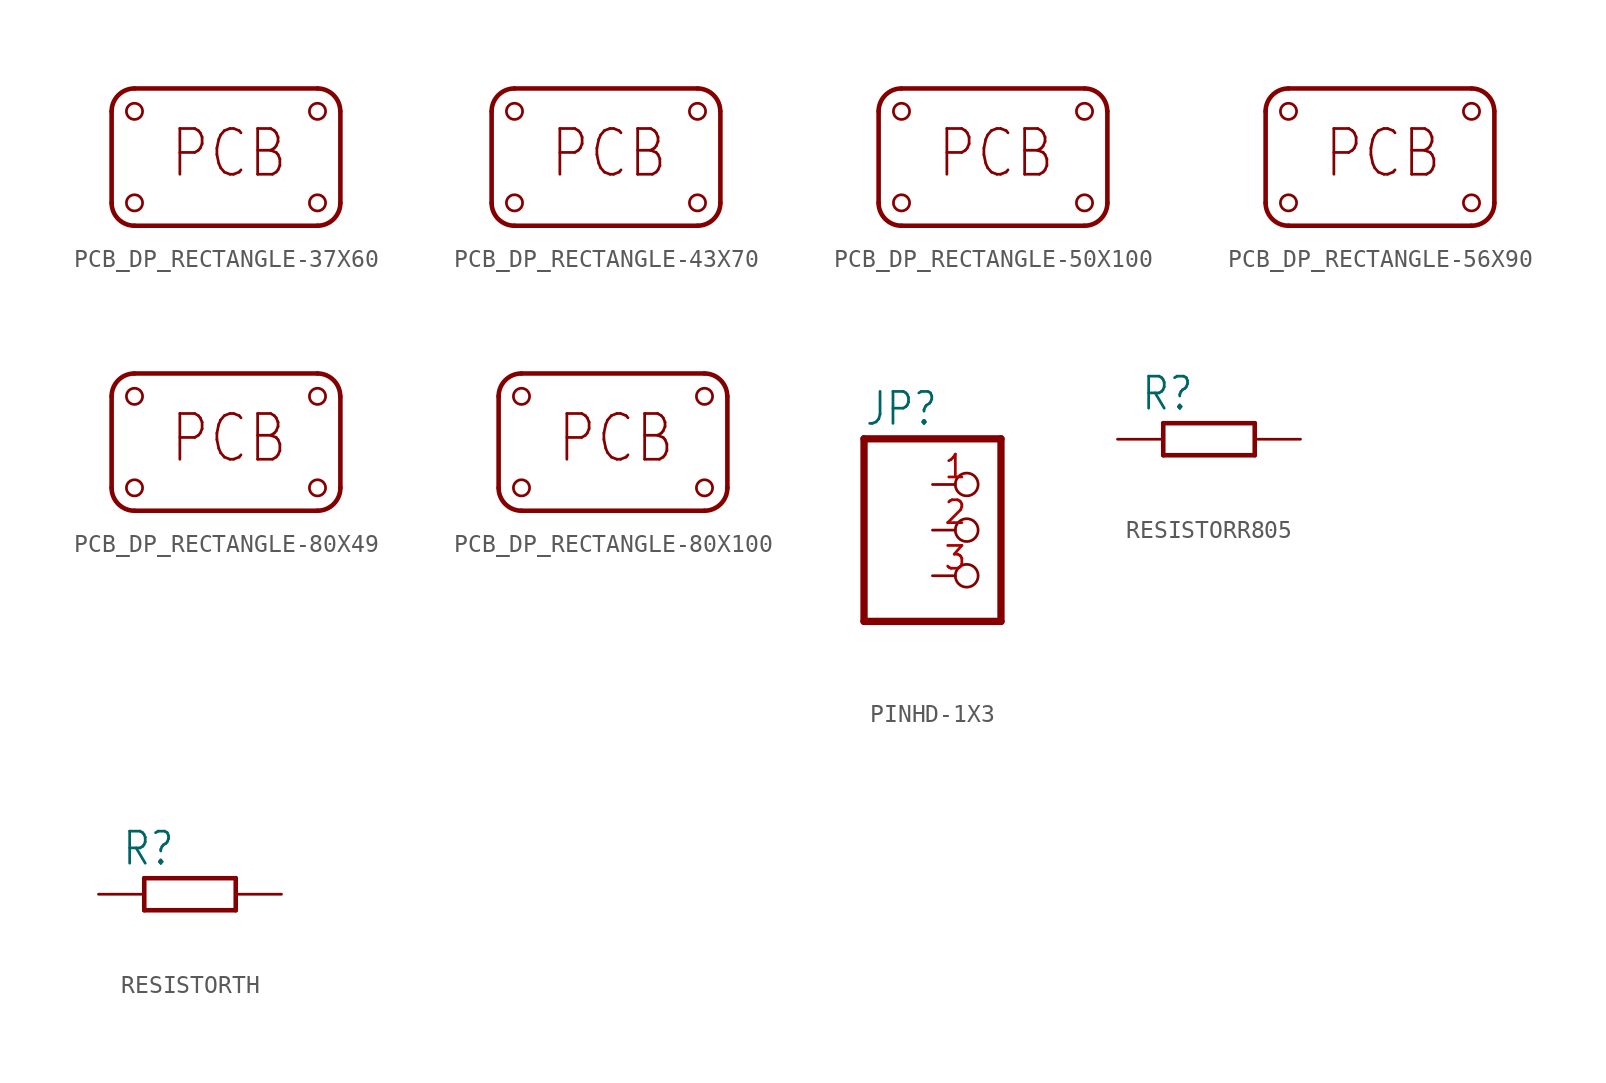
<source format=kicad_sym>
(kicad_symbol_lib
  (version 20220914)
  (generator kicad_symbol_editor)
  (symbol "PCB_DP_RECTANGLE-37X60"
    (property "Reference" "PCB"
      (at 0 0 0)
      (effects (font (size 1.27 1.27)) hide))
    (property "ki_locked" ""
      (at 0 0 0)
      (effects (font (size 1.27 1.27))))
    (symbol "PCB_DP_RECTANGLE-37X60_1_0"
      (arc (start -6.35 -2.54) (mid -5.978 -3.438) (end -5.08 -3.81) (stroke (width 0.254) (type solid)) (fill (type none)))
      (circle (center -5.08 -2.54) (radius 0.449) (stroke (width 0.152) (type solid)) (fill (type none)))
      (circle (center -5.08 2.54) (radius 0.449) (stroke (width 0.152) (type solid)) (fill (type none)))
      (arc (start -5.08 3.81) (mid -5.978 3.438) (end -6.35 2.54) (stroke (width 0.254) (type solid)) (fill (type none)))
      (polyline (pts (xy -6.35 2.54) (xy -6.35 -2.54)) (stroke (width 0.254) (type solid)) (fill (type none)))
      (polyline (pts (xy -5.08 -3.81) (xy 5.08 -3.81)) (stroke (width 0.254) (type solid)) (fill (type none)))
      (polyline (pts (xy 5.08 3.81) (xy -5.08 3.81)) (stroke (width 0.254) (type solid)) (fill (type none)))
      (polyline (pts (xy 6.35 -2.54) (xy 6.35 2.54)) (stroke (width 0.254) (type solid)) (fill (type none)))
      (arc (start 5.08 -3.81) (mid 5.978 -3.438) (end 6.35 -2.54) (stroke (width 0.254) (type solid)) (fill (type none)))
      (circle (center 5.08 -2.54) (radius 0.449) (stroke (width 0.152) (type solid)) (fill (type none)))
      (circle (center 5.08 2.54) (radius 0.449) (stroke (width 0.152) (type solid)) (fill (type none)))
      (arc (start 6.35 2.54) (mid 5.978 3.438) (end 5.08 3.81) (stroke (width 0.254) (type solid)) (fill (type none)))
      (text "PCB" (at -3.175 -1.27 0) (effects (font (size 2.54 2.159)) (justify left bottom)))))
  (symbol "PCB_DP_RECTANGLE-43X70"
    (property "Reference" "PCB"
      (at 0 0 0)
      (effects (font (size 1.27 1.27)) hide))
    (property "ki_locked" ""
      (at 0 0 0)
      (effects (font (size 1.27 1.27))))
    (symbol "PCB_DP_RECTANGLE-43X70_1_0"
      (arc (start -6.35 -2.54) (mid -5.978 -3.438) (end -5.08 -3.81) (stroke (width 0.254) (type solid)) (fill (type none)))
      (circle (center -5.08 -2.54) (radius 0.449) (stroke (width 0.152) (type solid)) (fill (type none)))
      (circle (center -5.08 2.54) (radius 0.449) (stroke (width 0.152) (type solid)) (fill (type none)))
      (arc (start -5.08 3.81) (mid -5.978 3.438) (end -6.35 2.54) (stroke (width 0.254) (type solid)) (fill (type none)))
      (polyline (pts (xy -6.35 2.54) (xy -6.35 -2.54)) (stroke (width 0.254) (type solid)) (fill (type none)))
      (polyline (pts (xy -5.08 -3.81) (xy 5.08 -3.81)) (stroke (width 0.254) (type solid)) (fill (type none)))
      (polyline (pts (xy 5.08 3.81) (xy -5.08 3.81)) (stroke (width 0.254) (type solid)) (fill (type none)))
      (polyline (pts (xy 6.35 -2.54) (xy 6.35 2.54)) (stroke (width 0.254) (type solid)) (fill (type none)))
      (arc (start 5.08 -3.81) (mid 5.978 -3.438) (end 6.35 -2.54) (stroke (width 0.254) (type solid)) (fill (type none)))
      (circle (center 5.08 -2.54) (radius 0.449) (stroke (width 0.152) (type solid)) (fill (type none)))
      (circle (center 5.08 2.54) (radius 0.449) (stroke (width 0.152) (type solid)) (fill (type none)))
      (arc (start 6.35 2.54) (mid 5.978 3.438) (end 5.08 3.81) (stroke (width 0.254) (type solid)) (fill (type none)))
      (text "PCB" (at -3.175 -1.27 0) (effects (font (size 2.54 2.159)) (justify left bottom)))))
  (symbol "PCB_DP_RECTANGLE-50X100"
    (property "Reference" "PCB"
      (at 0 0 0)
      (effects (font (size 1.27 1.27)) hide))
    (property "ki_locked" ""
      (at 0 0 0)
      (effects (font (size 1.27 1.27))))
    (symbol "PCB_DP_RECTANGLE-50X100_1_0"
      (arc (start -6.35 -2.54) (mid -5.978 -3.438) (end -5.08 -3.81) (stroke (width 0.254) (type solid)) (fill (type none)))
      (circle (center -5.08 -2.54) (radius 0.449) (stroke (width 0.152) (type solid)) (fill (type none)))
      (circle (center -5.08 2.54) (radius 0.449) (stroke (width 0.152) (type solid)) (fill (type none)))
      (arc (start -5.08 3.81) (mid -5.978 3.438) (end -6.35 2.54) (stroke (width 0.254) (type solid)) (fill (type none)))
      (polyline (pts (xy -6.35 2.54) (xy -6.35 -2.54)) (stroke (width 0.254) (type solid)) (fill (type none)))
      (polyline (pts (xy -5.08 -3.81) (xy 5.08 -3.81)) (stroke (width 0.254) (type solid)) (fill (type none)))
      (polyline (pts (xy 5.08 3.81) (xy -5.08 3.81)) (stroke (width 0.254) (type solid)) (fill (type none)))
      (polyline (pts (xy 6.35 -2.54) (xy 6.35 2.54)) (stroke (width 0.254) (type solid)) (fill (type none)))
      (arc (start 5.08 -3.81) (mid 5.978 -3.438) (end 6.35 -2.54) (stroke (width 0.254) (type solid)) (fill (type none)))
      (circle (center 5.08 -2.54) (radius 0.449) (stroke (width 0.152) (type solid)) (fill (type none)))
      (circle (center 5.08 2.54) (radius 0.449) (stroke (width 0.152) (type solid)) (fill (type none)))
      (arc (start 6.35 2.54) (mid 5.978 3.438) (end 5.08 3.81) (stroke (width 0.254) (type solid)) (fill (type none)))
      (text "PCB" (at -3.175 -1.27 0) (effects (font (size 2.54 2.159)) (justify left bottom)))))
  (symbol "PCB_DP_RECTANGLE-56X90"
    (property "Reference" "PCB"
      (at 0 0 0)
      (effects (font (size 1.27 1.27)) hide))
    (property "ki_locked" ""
      (at 0 0 0)
      (effects (font (size 1.27 1.27))))
    (symbol "PCB_DP_RECTANGLE-56X90_1_0"
      (arc (start -6.35 -2.54) (mid -5.978 -3.438) (end -5.08 -3.81) (stroke (width 0.254) (type solid)) (fill (type none)))
      (circle (center -5.08 -2.54) (radius 0.449) (stroke (width 0.152) (type solid)) (fill (type none)))
      (circle (center -5.08 2.54) (radius 0.449) (stroke (width 0.152) (type solid)) (fill (type none)))
      (arc (start -5.08 3.81) (mid -5.978 3.438) (end -6.35 2.54) (stroke (width 0.254) (type solid)) (fill (type none)))
      (polyline (pts (xy -6.35 2.54) (xy -6.35 -2.54)) (stroke (width 0.254) (type solid)) (fill (type none)))
      (polyline (pts (xy -5.08 -3.81) (xy 5.08 -3.81)) (stroke (width 0.254) (type solid)) (fill (type none)))
      (polyline (pts (xy 5.08 3.81) (xy -5.08 3.81)) (stroke (width 0.254) (type solid)) (fill (type none)))
      (polyline (pts (xy 6.35 -2.54) (xy 6.35 2.54)) (stroke (width 0.254) (type solid)) (fill (type none)))
      (arc (start 5.08 -3.81) (mid 5.978 -3.438) (end 6.35 -2.54) (stroke (width 0.254) (type solid)) (fill (type none)))
      (circle (center 5.08 -2.54) (radius 0.449) (stroke (width 0.152) (type solid)) (fill (type none)))
      (circle (center 5.08 2.54) (radius 0.449) (stroke (width 0.152) (type solid)) (fill (type none)))
      (arc (start 6.35 2.54) (mid 5.978 3.438) (end 5.08 3.81) (stroke (width 0.254) (type solid)) (fill (type none)))
      (text "PCB" (at -3.175 -1.27 0) (effects (font (size 2.54 2.159)) (justify left bottom)))))
  (symbol "PCB_DP_RECTANGLE-80X49"
    (property "Reference" "PCB"
      (at 0 0 0)
      (effects (font (size 1.27 1.27)) hide))
    (property "ki_locked" ""
      (at 0 0 0)
      (effects (font (size 1.27 1.27))))
    (symbol "PCB_DP_RECTANGLE-80X49_1_0"
      (arc (start -6.35 -2.54) (mid -5.978 -3.438) (end -5.08 -3.81) (stroke (width 0.254) (type solid)) (fill (type none)))
      (circle (center -5.08 -2.54) (radius 0.449) (stroke (width 0.152) (type solid)) (fill (type none)))
      (circle (center -5.08 2.54) (radius 0.449) (stroke (width 0.152) (type solid)) (fill (type none)))
      (arc (start -5.08 3.81) (mid -5.978 3.438) (end -6.35 2.54) (stroke (width 0.254) (type solid)) (fill (type none)))
      (polyline (pts (xy -6.35 2.54) (xy -6.35 -2.54)) (stroke (width 0.254) (type solid)) (fill (type none)))
      (polyline (pts (xy -5.08 -3.81) (xy 5.08 -3.81)) (stroke (width 0.254) (type solid)) (fill (type none)))
      (polyline (pts (xy 5.08 3.81) (xy -5.08 3.81)) (stroke (width 0.254) (type solid)) (fill (type none)))
      (polyline (pts (xy 6.35 -2.54) (xy 6.35 2.54)) (stroke (width 0.254) (type solid)) (fill (type none)))
      (arc (start 5.08 -3.81) (mid 5.978 -3.438) (end 6.35 -2.54) (stroke (width 0.254) (type solid)) (fill (type none)))
      (circle (center 5.08 -2.54) (radius 0.449) (stroke (width 0.152) (type solid)) (fill (type none)))
      (circle (center 5.08 2.54) (radius 0.449) (stroke (width 0.152) (type solid)) (fill (type none)))
      (arc (start 6.35 2.54) (mid 5.978 3.438) (end 5.08 3.81) (stroke (width 0.254) (type solid)) (fill (type none)))
      (text "PCB" (at -3.175 -1.27 0) (effects (font (size 2.54 2.159)) (justify left bottom)))))
  (symbol "PCB_DP_RECTANGLE-80X100"
    (property "Reference" "PCB"
      (at 0 0 0)
      (effects (font (size 1.27 1.27)) hide))
    (property "ki_locked" ""
      (at 0 0 0)
      (effects (font (size 1.27 1.27))))
    (symbol "PCB_DP_RECTANGLE-80X100_1_0"
      (arc (start -6.35 -2.54) (mid -5.978 -3.438) (end -5.08 -3.81) (stroke (width 0.254) (type solid)) (fill (type none)))
      (circle (center -5.08 -2.54) (radius 0.449) (stroke (width 0.152) (type solid)) (fill (type none)))
      (circle (center -5.08 2.54) (radius 0.449) (stroke (width 0.152) (type solid)) (fill (type none)))
      (arc (start -5.08 3.81) (mid -5.978 3.438) (end -6.35 2.54) (stroke (width 0.254) (type solid)) (fill (type none)))
      (polyline (pts (xy -6.35 2.54) (xy -6.35 -2.54)) (stroke (width 0.254) (type solid)) (fill (type none)))
      (polyline (pts (xy -5.08 -3.81) (xy 5.08 -3.81)) (stroke (width 0.254) (type solid)) (fill (type none)))
      (polyline (pts (xy 5.08 3.81) (xy -5.08 3.81)) (stroke (width 0.254) (type solid)) (fill (type none)))
      (polyline (pts (xy 6.35 -2.54) (xy 6.35 2.54)) (stroke (width 0.254) (type solid)) (fill (type none)))
      (arc (start 5.08 -3.81) (mid 5.978 -3.438) (end 6.35 -2.54) (stroke (width 0.254) (type solid)) (fill (type none)))
      (circle (center 5.08 -2.54) (radius 0.449) (stroke (width 0.152) (type solid)) (fill (type none)))
      (circle (center 5.08 2.54) (radius 0.449) (stroke (width 0.152) (type solid)) (fill (type none)))
      (arc (start 6.35 2.54) (mid 5.978 3.438) (end 5.08 3.81) (stroke (width 0.254) (type solid)) (fill (type none)))
      (text "PCB" (at -3.175 -1.27 0) (effects (font (size 2.54 2.159)) (justify left bottom)))))
  (symbol "PINHD-1X3"
    (property "Reference" "JP"
      (at -6.35 5.715 0)
      (effects (font (size 1.778 1.511)) (justify left bottom)))
    (property "Value" ""
      (at -6.35 -7.62 0)
      (effects (font (size 1.778 1.511)) (justify left bottom)))
    (property "ki_locked" ""
      (at 0 0 0)
      (effects (font (size 1.27 1.27))))
    (symbol "PINHD-1X3_1_0"
      (polyline (pts (xy -6.35 -5.08) (xy 1.27 -5.08)) (stroke (width 0.406) (type solid)) (fill (type none)))
      (polyline (pts (xy -6.35 5.08) (xy -6.35 -5.08)) (stroke (width 0.406) (type solid)) (fill (type none)))
      (polyline (pts (xy 1.27 -5.08) (xy 1.27 5.08)) (stroke (width 0.406) (type solid)) (fill (type none)))
      (polyline (pts (xy 1.27 5.08) (xy -6.35 5.08)) (stroke (width 0.406) (type solid)) (fill (type none)))
      (pin passive inverted (at -2.54 2.54 0) (length 2.54) (name "1" (effects (font (size 0 0)))) (number "1" (effects (font (size 1.27 1.27)))))
      (pin passive inverted (at -2.54 0 0) (length 2.54) (name "2" (effects (font (size 0 0)))) (number "2" (effects (font (size 1.27 1.27)))))
      (pin passive inverted (at -2.54 -2.54 0) (length 2.54) (name "3" (effects (font (size 0 0)))) (number "3" (effects (font (size 1.27 1.27)))))))
  (symbol "RESISTORR805"
    (property "Reference" "R"
      (at -3.81 1.499 0)
      (effects (font (size 1.778 1.511)) (justify left bottom)))
    (property "Value" ""
      (at -3.81 -3.302 0)
      (effects (font (size 1.778 1.511)) (justify left bottom)))
    (property "ki_locked" ""
      (at 0 0 0)
      (effects (font (size 1.27 1.27))))
    (symbol "RESISTORR805_1_0"
      (polyline (pts (xy -2.54 -0.889) (xy -2.54 0.889)) (stroke (width 0.254) (type solid)) (fill (type none)))
      (polyline (pts (xy -2.54 -0.889) (xy 2.54 -0.889)) (stroke (width 0.254) (type solid)) (fill (type none)))
      (polyline (pts (xy 2.54 -0.889) (xy 2.54 0.889)) (stroke (width 0.254) (type solid)) (fill (type none)))
      (polyline (pts (xy 2.54 0.889) (xy -2.54 0.889)) (stroke (width 0.254) (type solid)) (fill (type none)))
      (pin passive line (at -5.08 0 0) (length 2.54) (name "1" (effects (font (size 0 0)))) (number "1" (effects (font (size 0 0)))))
      (pin passive line (at 5.08 0 180) (length 2.54) (name "2" (effects (font (size 0 0)))) (number "2" (effects (font (size 0 0)))))))
  (symbol "RESISTORTH"
    (property "Reference" "R"
      (at -3.81 1.499 0)
      (effects (font (size 1.778 1.511)) (justify left bottom)))
    (property "Value" ""
      (at -3.81 -3.302 0)
      (effects (font (size 1.778 1.511)) (justify left bottom)))
    (property "ki_locked" ""
      (at 0 0 0)
      (effects (font (size 1.27 1.27))))
    (symbol "RESISTORTH_1_0"
      (polyline (pts (xy -2.54 -0.889) (xy -2.54 0.889)) (stroke (width 0.254) (type solid)) (fill (type none)))
      (polyline (pts (xy -2.54 -0.889) (xy 2.54 -0.889)) (stroke (width 0.254) (type solid)) (fill (type none)))
      (polyline (pts (xy 2.54 -0.889) (xy 2.54 0.889)) (stroke (width 0.254) (type solid)) (fill (type none)))
      (polyline (pts (xy 2.54 0.889) (xy -2.54 0.889)) (stroke (width 0.254) (type solid)) (fill (type none)))
      (pin passive line (at -5.08 0 0) (length 2.54) (name "1" (effects (font (size 0 0)))) (number "1" (effects (font (size 0 0)))))
      (pin passive line (at 5.08 0 180) (length 2.54) (name "2" (effects (font (size 0 0)))) (number "2" (effects (font (size 0 0))))))))
</source>
